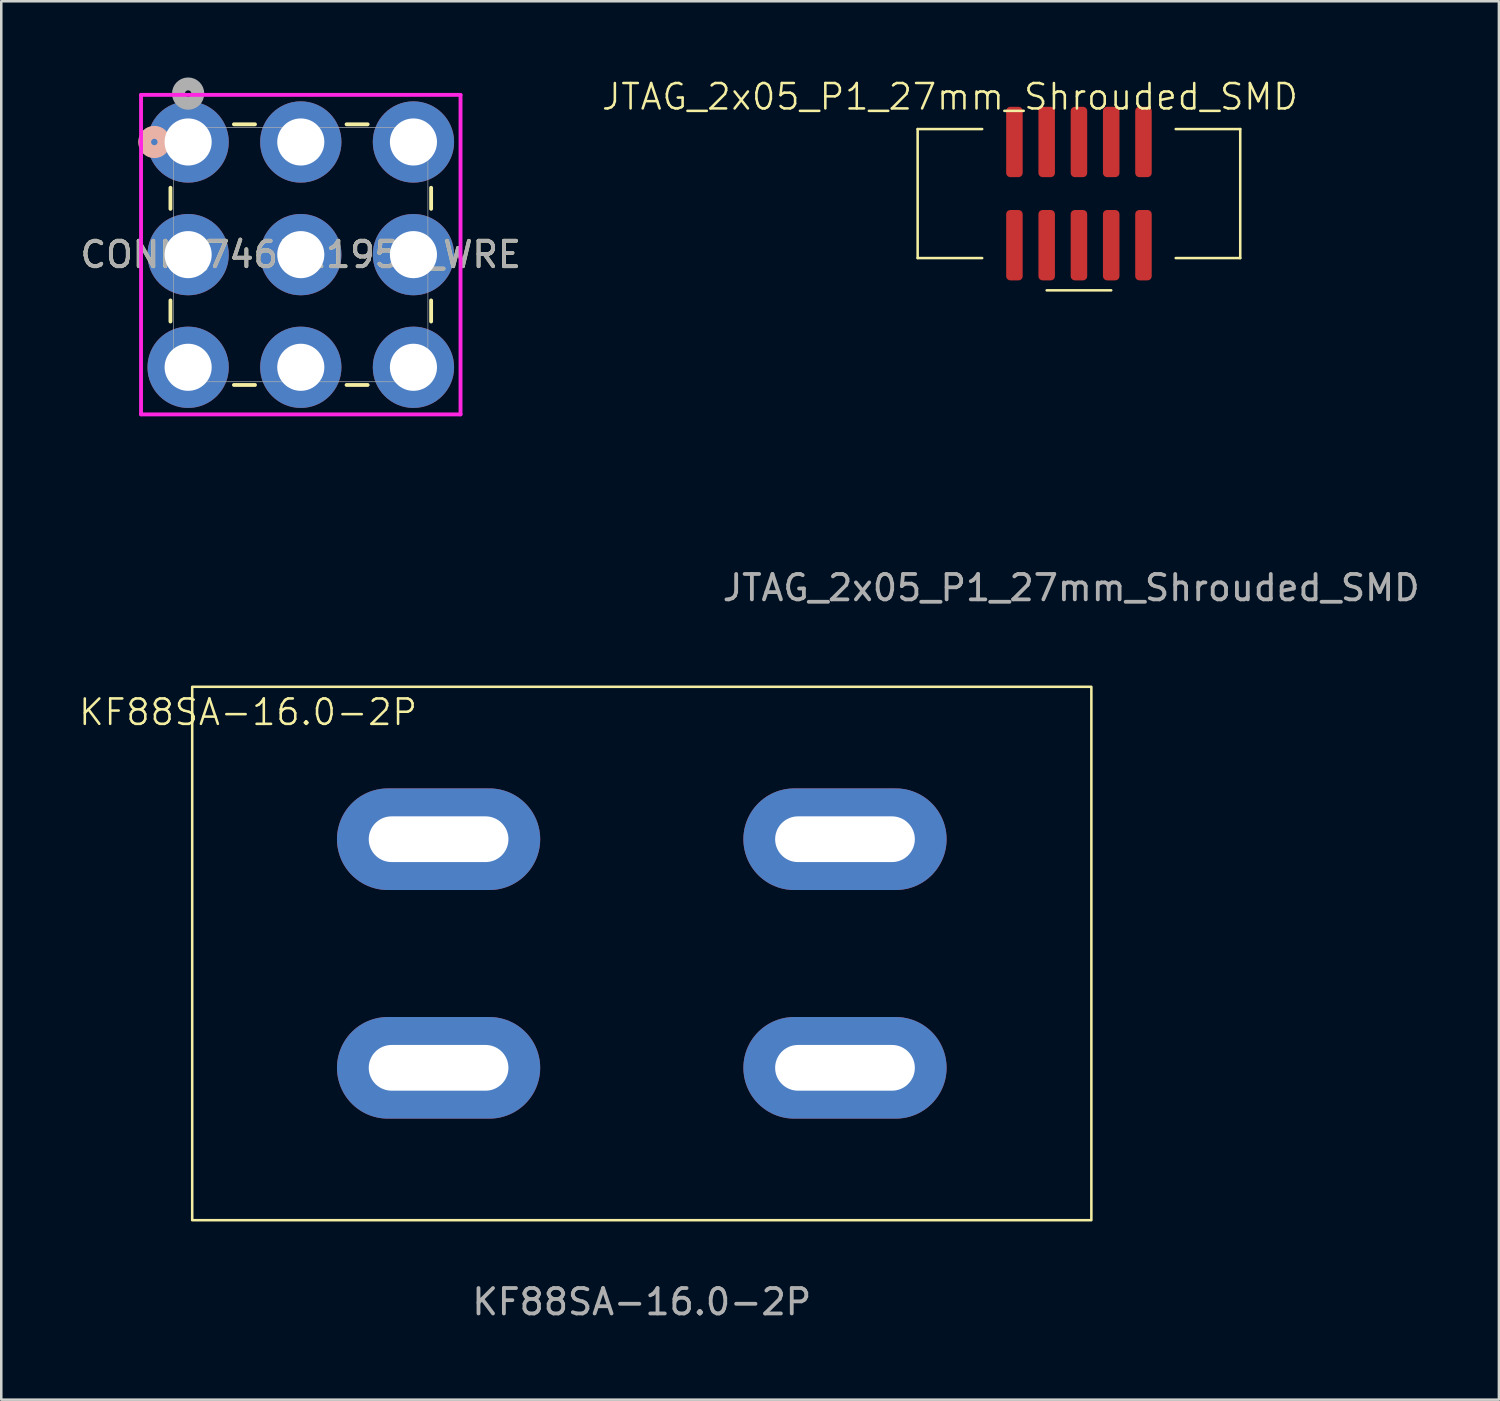
<source format=kicad_pcb>
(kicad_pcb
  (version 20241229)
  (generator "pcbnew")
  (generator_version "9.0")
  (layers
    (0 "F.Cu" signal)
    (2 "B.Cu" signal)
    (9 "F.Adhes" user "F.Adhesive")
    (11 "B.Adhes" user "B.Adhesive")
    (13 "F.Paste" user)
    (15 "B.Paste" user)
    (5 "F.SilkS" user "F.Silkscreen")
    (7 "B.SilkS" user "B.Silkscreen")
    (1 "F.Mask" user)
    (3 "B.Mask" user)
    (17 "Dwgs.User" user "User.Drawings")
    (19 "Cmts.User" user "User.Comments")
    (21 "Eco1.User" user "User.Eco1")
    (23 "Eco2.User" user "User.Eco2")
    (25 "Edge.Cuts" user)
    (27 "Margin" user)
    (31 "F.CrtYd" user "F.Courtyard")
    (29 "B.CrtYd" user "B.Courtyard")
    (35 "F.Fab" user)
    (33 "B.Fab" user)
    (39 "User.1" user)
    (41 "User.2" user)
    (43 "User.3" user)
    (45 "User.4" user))
  (footprint "CONN_74651195R_WRE"
    (layer "F.Cu")
    (at 4.357 2.54)
    (property "Reference" "CONN_74651195R_WRE" (at 4.435 4.435 0) (unlocked yes) (layer "F.SilkS") (effects (font (size 1 1) (thickness 0.15))))
    (attr through_hole)
    (fp_line (start -0.696 1.803) (end -0.696 2.632) (stroke (width 0.152) (type solid)) (layer "F.SilkS"))
    (fp_line (start -0.696 6.238) (end -0.696 7.067) (stroke (width 0.152) (type solid)) (layer "F.SilkS"))
    (fp_line (start 1.803 9.566) (end 2.632 9.566) (stroke (width 0.152) (type solid)) (layer "F.SilkS"))
    (fp_line (start 2.632 -0.696) (end 1.803 -0.696) (stroke (width 0.152) (type solid)) (layer "F.SilkS"))
    (fp_line (start 6.238 9.566) (end 7.067 9.566) (stroke (width 0.152) (type solid)) (layer "F.SilkS"))
    (fp_line (start 7.067 -0.696) (end 6.238 -0.696) (stroke (width 0.152) (type solid)) (layer "F.SilkS"))
    (fp_line (start 9.566 2.632) (end 9.566 1.803) (stroke (width 0.152) (type solid)) (layer "F.SilkS"))
    (fp_line (start 9.566 7.067) (end 9.566 6.238) (stroke (width 0.152) (type solid)) (layer "F.SilkS"))
    (fp_circle (center -1.331 0) (end -0.95 0) (stroke (width 0.508) (type solid)) (fill no) (layer "B.SilkS"))
    (fp_line (start -1.854 -1.854) (end -1.854 10.724) (stroke (width 0.152) (type solid)) (layer "F.CrtYd"))
    (fp_line (start -1.854 10.724) (end 10.724 10.724) (stroke (width 0.152) (type solid)) (layer "F.CrtYd"))
    (fp_line (start 10.724 -1.854) (end -1.854 -1.854) (stroke (width 0.152) (type solid)) (layer "F.CrtYd"))
    (fp_line (start 10.724 10.724) (end 10.724 -1.854) (stroke (width 0.152) (type solid)) (layer "F.CrtYd"))
    (fp_line (start -0.569 -0.569) (end -0.569 9.439) (stroke (width 0.025) (type solid)) (layer "F.Fab"))
    (fp_line (start -0.569 9.439) (end 9.439 9.439) (stroke (width 0.025) (type solid)) (layer "F.Fab"))
    (fp_line (start 9.439 -0.569) (end -0.569 -0.569) (stroke (width 0.025) (type solid)) (layer "F.Fab"))
    (fp_line (start 9.439 9.439) (end 9.439 -0.569) (stroke (width 0.025) (type solid)) (layer "F.Fab"))
    (fp_circle (center 0 -1.905) (end 0.381 -1.905) (stroke (width 0.508) (type solid)) (fill no) (layer "F.Fab"))
    (fp_text user "${REFERENCE}" (at 4.435 4.435 0) (unlocked yes) (layer "F.Fab") (effects (font (size 1 1) (thickness 0.15))))
    (pad "1" thru_hole circle (at 0 0) (size 3.2 3.2) (drill 1.854) (layers "*.Cu" "*.Mask"))
    (pad "2" thru_hole circle (at 0 4.435) (size 3.2 3.2) (drill 1.854) (layers "*.Cu" "*.Mask"))
    (pad "3" thru_hole circle (at 0 8.87) (size 3.2 3.2) (drill 1.854) (layers "*.Cu" "*.Mask"))
    (pad "4" thru_hole circle (at 4.435 0) (size 3.2 3.2) (drill 1.854) (layers "*.Cu" "*.Mask"))
    (pad "5" thru_hole circle (at 4.435 4.435) (size 3.2 3.2) (drill 1.854) (layers "*.Cu" "*.Mask"))
    (pad "6" thru_hole circle (at 4.435 8.87) (size 3.2 3.2) (drill 1.854) (layers "*.Cu" "*.Mask"))
    (pad "7" thru_hole circle (at 8.87 0) (size 3.2 3.2) (drill 1.854) (layers "*.Cu" "*.Mask"))
    (pad "8" thru_hole circle (at 8.87 4.435) (size 3.2 3.2) (drill 1.854) (layers "*.Cu" "*.Mask"))
    (pad "9" thru_hole circle (at 8.87 8.87) (size 3.2 3.2) (drill 1.854) (layers "*.Cu" "*.Mask")))
  (footprint "JTAG_2x05_P1_27mm_Shrouded_SMD"
    (layer "F.Cu")
    (at 39.428 4.571)
    (property "Reference" "JTAG_2x05_P1_27mm_Shrouded_SMD" (at -5.08 -3.81 0) (unlocked yes) (layer "F.SilkS") (effects (font (size 1 1) (thickness 0.1))))
    (attr smd)
    (fp_line (start -6.35 -2.54) (end -6.35 2.54) (stroke (width 0.1) (type default)) (layer "F.SilkS"))
    (fp_line (start -6.35 -2.54) (end -3.81 -2.54) (stroke (width 0.1) (type default)) (layer "F.SilkS"))
    (fp_line (start -6.35 2.54) (end -3.81 2.54) (stroke (width 0.1) (type default)) (layer "F.SilkS"))
    (fp_line (start -1.27 3.81) (end 1.27 3.81) (stroke (width 0.1) (type default)) (layer "F.SilkS"))
    (fp_line (start 3.81 2.54) (end 6.35 2.54) (stroke (width 0.1) (type default)) (layer "F.SilkS"))
    (fp_line (start 6.35 -2.54) (end 3.81 -2.54) (stroke (width 0.1) (type default)) (layer "F.SilkS"))
    (fp_line (start 6.35 2.54) (end 6.35 -2.54) (stroke (width 0.1) (type default)) (layer "F.SilkS"))
    (fp_text user "${REFERENCE}" (at -0.305 15.521 0) (unlocked yes) (layer "F.Fab") (effects (font (size 1 1) (thickness 0.15))))
    (pad "1" smd roundrect (at -2.54 2.032) (size 0.65 2.77) (layers "F.Cu" "F.Mask" "F.Paste") (roundrect_rratio 0.25))
    (pad "2" smd roundrect (at -1.27 2.032) (size 0.65 2.77) (layers "F.Cu" "F.Mask" "F.Paste") (roundrect_rratio 0.25))
    (pad "3" smd roundrect (at 0 2.032) (size 0.65 2.77) (layers "F.Cu" "F.Mask" "F.Paste") (roundrect_rratio 0.25))
    (pad "4" smd roundrect (at 1.27 2.032) (size 0.65 2.77) (layers "F.Cu" "F.Mask" "F.Paste") (roundrect_rratio 0.25))
    (pad "5" smd roundrect (at 2.54 2.032) (size 0.65 2.77) (layers "F.Cu" "F.Mask" "F.Paste") (roundrect_rratio 0.25))
    (pad "6" smd roundrect (at 2.54 -2.032) (size 0.65 2.77) (layers "F.Cu" "F.Mask" "F.Paste") (roundrect_rratio 0.25))
    (pad "7" smd roundrect (at 1.27 -2.032) (size 0.65 2.77) (layers "F.Cu" "F.Mask" "F.Paste") (roundrect_rratio 0.25))
    (pad "8" smd roundrect (at 0 -2.032) (size 0.65 2.77) (layers "F.Cu" "F.Mask" "F.Paste") (roundrect_rratio 0.25))
    (pad "9" smd roundrect (at -1.27 -2.032) (size 0.65 2.77) (layers "F.Cu" "F.Mask" "F.Paste") (roundrect_rratio 0.25))
    (pad "10" smd roundrect (at -2.54 -2.032) (size 0.65 2.77) (layers "F.Cu" "F.Mask" "F.Paste") (roundrect_rratio 0.25)))
  (footprint "KF88SA-16.0-2P"
    (layer "F.Cu")
    (at 22.217 34.49)
    (property "Reference" "KF88SA-16.0-2P" (at -15.5 -9.5 0) (unlocked yes) (layer "F.SilkS") (effects (font (size 1 1) (thickness 0.1))))
    (attr through_hole)
    (fp_rect (start -17.7 -10.5) (end 17.7 10.5) (stroke (width 0.1) (type default)) (fill no) (layer "F.SilkS"))
    (fp_text user "${REFERENCE}" (at 0 13.716 0) (unlocked yes) (layer "F.Fab") (effects (font (size 1 1) (thickness 0.15))))
    (pad "1" thru_hole oval (at -8 -4.5) (size 8 4) (drill oval 5.5 1.8) (layers "*.Cu" "*.Mask"))
    (pad "1" thru_hole oval (at -8 4.5) (size 8 4) (drill oval 5.5 1.8) (layers "*.Cu" "*.Mask"))
    (pad "2" thru_hole oval (at 8 -4.5) (size 8 4) (drill oval 5.5 1.8) (layers "*.Cu" "*.Mask"))
    (pad "2" thru_hole oval (at 8 4.5) (size 8 4) (drill oval 5.5 1.8) (layers "*.Cu" "*.Mask")))
  (gr_rect
    (start -3 -3)
    (end 55.962 52.054)
    (stroke (width 0.1) (type default))
    (fill no)
    (layer "Edge.Cuts")))
</source>
